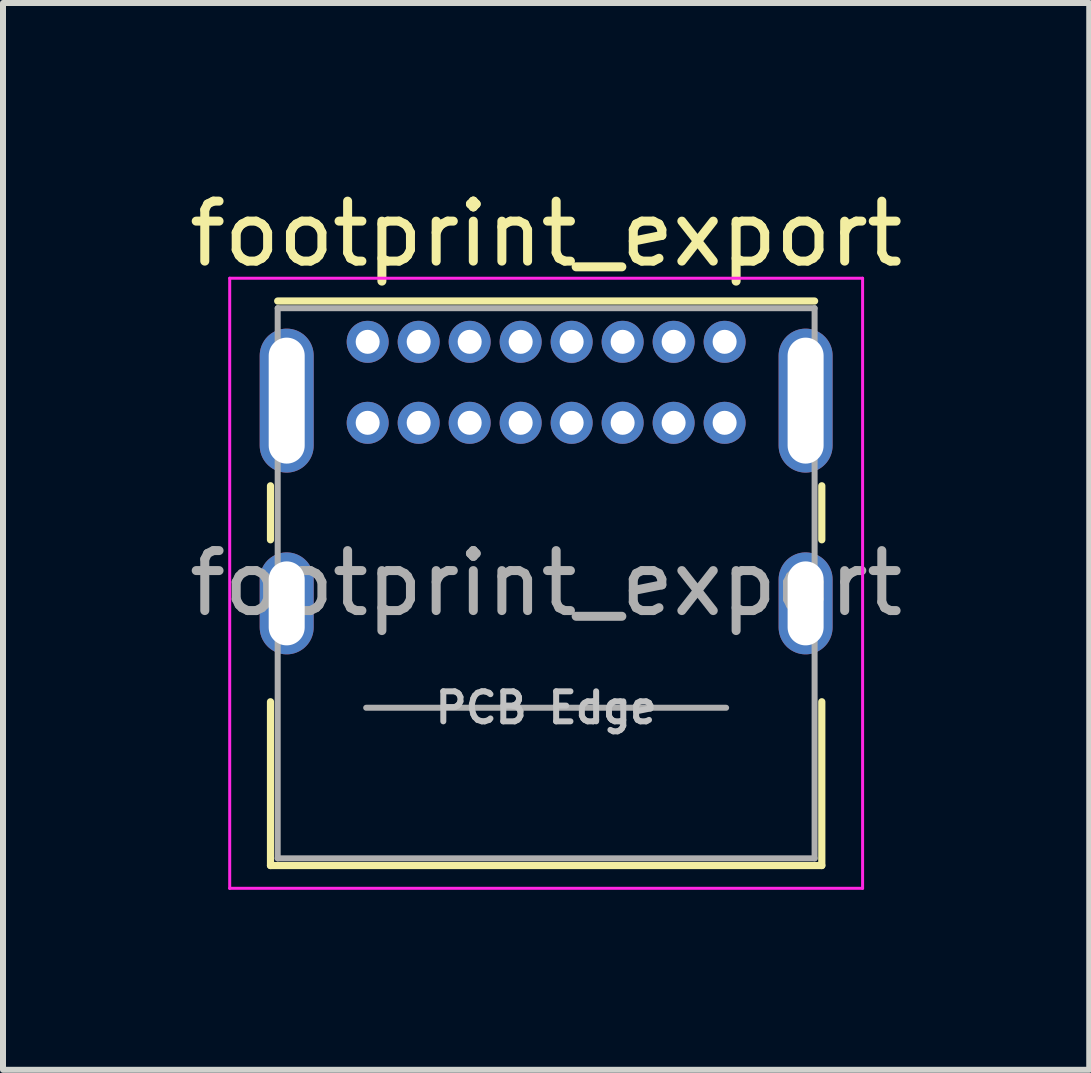
<source format=kicad_pcb>
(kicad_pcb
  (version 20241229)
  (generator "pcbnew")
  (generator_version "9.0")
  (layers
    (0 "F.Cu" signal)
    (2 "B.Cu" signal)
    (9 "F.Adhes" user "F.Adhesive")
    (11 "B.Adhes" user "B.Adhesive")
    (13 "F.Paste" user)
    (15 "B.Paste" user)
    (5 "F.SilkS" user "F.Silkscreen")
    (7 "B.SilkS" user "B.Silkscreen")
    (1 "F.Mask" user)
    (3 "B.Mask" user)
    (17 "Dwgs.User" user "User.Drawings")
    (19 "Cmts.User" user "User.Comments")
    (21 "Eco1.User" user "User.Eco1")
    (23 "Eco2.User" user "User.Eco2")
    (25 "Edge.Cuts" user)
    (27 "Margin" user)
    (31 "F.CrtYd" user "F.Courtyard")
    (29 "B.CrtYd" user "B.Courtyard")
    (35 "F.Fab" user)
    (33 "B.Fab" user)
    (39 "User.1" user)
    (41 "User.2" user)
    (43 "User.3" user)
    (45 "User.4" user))
  (footprint "footprint_export"
    (layer "F.Cu")
    (at 3.079 2.648)
    (property "Reference" "footprint_export" (at 2.975 -1.8 0) (layer "F.SilkS") (effects (font (size 1 1) (thickness 0.15))))
    (attr through_hole)
    (fp_line (start -1.62 2.4) (end -1.62 3.3) (stroke (width 0.12) (type solid)) (layer "F.SilkS"))
    (fp_line (start -1.62 6) (end -1.62 8.73) (stroke (width 0.12) (type solid)) (layer "F.SilkS"))
    (fp_line (start -1.62 8.73) (end 7.57 8.73) (stroke (width 0.12) (type solid)) (layer "F.SilkS"))
    (fp_line (start -1.5 -0.68) (end 7.45 -0.68) (stroke (width 0.12) (type solid)) (layer "F.SilkS"))
    (fp_line (start 7.57 2.4) (end 7.57 3.3) (stroke (width 0.12) (type solid)) (layer "F.SilkS"))
    (fp_line (start 7.57 6) (end 7.57 8.73) (stroke (width 0.12) (type solid)) (layer "F.SilkS"))
    (fp_line (start -2.3 -1.06) (end -2.3 9.11) (stroke (width 0.05) (type solid)) (layer "F.CrtYd"))
    (fp_line (start -2.3 -1.06) (end 8.25 -1.06) (stroke (width 0.05) (type solid)) (layer "F.CrtYd"))
    (fp_line (start -2.3 9.11) (end 8.25 9.11) (stroke (width 0.05) (type solid)) (layer "F.CrtYd"))
    (fp_line (start 8.25 -1.06) (end 8.25 9.11) (stroke (width 0.05) (type solid)) (layer "F.CrtYd"))
    (fp_line (start -1.5 -0.56) (end -1.5 8.61) (stroke (width 0.1) (type solid)) (layer "F.Fab"))
    (fp_line (start -1.5 -0.56) (end 7.45 -0.56) (stroke (width 0.1) (type solid)) (layer "F.Fab"))
    (fp_line (start -1.5 8.61) (end 7.45 8.61) (stroke (width 0.1) (type solid)) (layer "F.Fab"))
    (fp_line (start -0.025 6.1) (end 5.975 6.1) (stroke (width 0.1) (type solid)) (layer "F.Fab"))
    (fp_line (start 7.45 -0.56) (end 7.45 8.61) (stroke (width 0.1) (type solid)) (layer "F.Fab"))
    (fp_text user "PCB Edge" (at 2.975 6.1 0) (layer "Dwgs.User") (effects (font (size 0.5 0.5) (thickness 0.1))))
    (fp_text user "${REFERENCE}" (at 2.975 4.025 0) (layer "F.Fab") (effects (font (size 1 1) (thickness 0.15))))
    (pad "A1" thru_hole circle (at 0 0) (size 0.7 0.7) (drill 0.4) (layers "*.Cu" "*.Mask"))
    (pad "A4" thru_hole circle (at 0.85 0) (size 0.7 0.7) (drill 0.4) (layers "*.Cu" "*.Mask"))
    (pad "A5" thru_hole circle (at 1.7 0) (size 0.7 0.7) (drill 0.4) (layers "*.Cu" "*.Mask"))
    (pad "A6" thru_hole circle (at 2.55 0) (size 0.7 0.7) (drill 0.4) (layers "*.Cu" "*.Mask"))
    (pad "A7" thru_hole circle (at 3.4 0) (size 0.7 0.7) (drill 0.4) (layers "*.Cu" "*.Mask"))
    (pad "A8" thru_hole circle (at 4.25 0) (size 0.7 0.7) (drill 0.4) (layers "*.Cu" "*.Mask"))
    (pad "A9" thru_hole circle (at 5.1 0) (size 0.7 0.7) (drill 0.4) (layers "*.Cu" "*.Mask"))
    (pad "A12" thru_hole circle (at 5.95 0) (size 0.7 0.7) (drill 0.4) (layers "*.Cu" "*.Mask"))
    (pad "B1" thru_hole circle (at 5.95 1.35) (size 0.7 0.7) (drill 0.4) (layers "*.Cu" "*.Mask"))
    (pad "B4" thru_hole circle (at 5.1 1.35) (size 0.7 0.7) (drill 0.4) (layers "*.Cu" "*.Mask"))
    (pad "B5" thru_hole circle (at 4.25 1.35) (size 0.7 0.7) (drill 0.4) (layers "*.Cu" "*.Mask"))
    (pad "B6" thru_hole circle (at 3.4 1.35) (size 0.7 0.7) (drill 0.4) (layers "*.Cu" "*.Mask"))
    (pad "B7" thru_hole circle (at 2.55 1.35) (size 0.7 0.7) (drill 0.4) (layers "*.Cu" "*.Mask"))
    (pad "B8" thru_hole circle (at 1.7 1.35) (size 0.7 0.7) (drill 0.4) (layers "*.Cu" "*.Mask"))
    (pad "B9" thru_hole circle (at 0.85 1.35) (size 0.7 0.7) (drill 0.4) (layers "*.Cu" "*.Mask"))
    (pad "B12" thru_hole circle (at 0 1.35) (size 0.7 0.7) (drill 0.4) (layers "*.Cu" "*.Mask"))
    (pad "S1" thru_hole oval (at -1.35 0.98) (size 0.9 2.4) (drill oval 0.6 2.1) (layers "*.Cu" "*.Mask"))
    (pad "S1" thru_hole oval (at -1.35 4.36) (size 0.9 1.7) (drill oval 0.6 1.4) (layers "*.Cu" "*.Mask"))
    (pad "S1" thru_hole oval (at 7.3 0.98) (size 0.9 2.4) (drill oval 0.6 2.1) (layers "*.Cu" "*.Mask"))
    (pad "S1" thru_hole oval (at 7.3 4.36) (size 0.9 1.7) (drill oval 0.6 1.4) (layers "*.Cu" "*.Mask")))
  (gr_rect
    (start -3 -3)
    (end 15.107 14.783)
    (stroke (width 0.1) (type default))
    (fill no)
    (layer "Edge.Cuts")))
</source>
